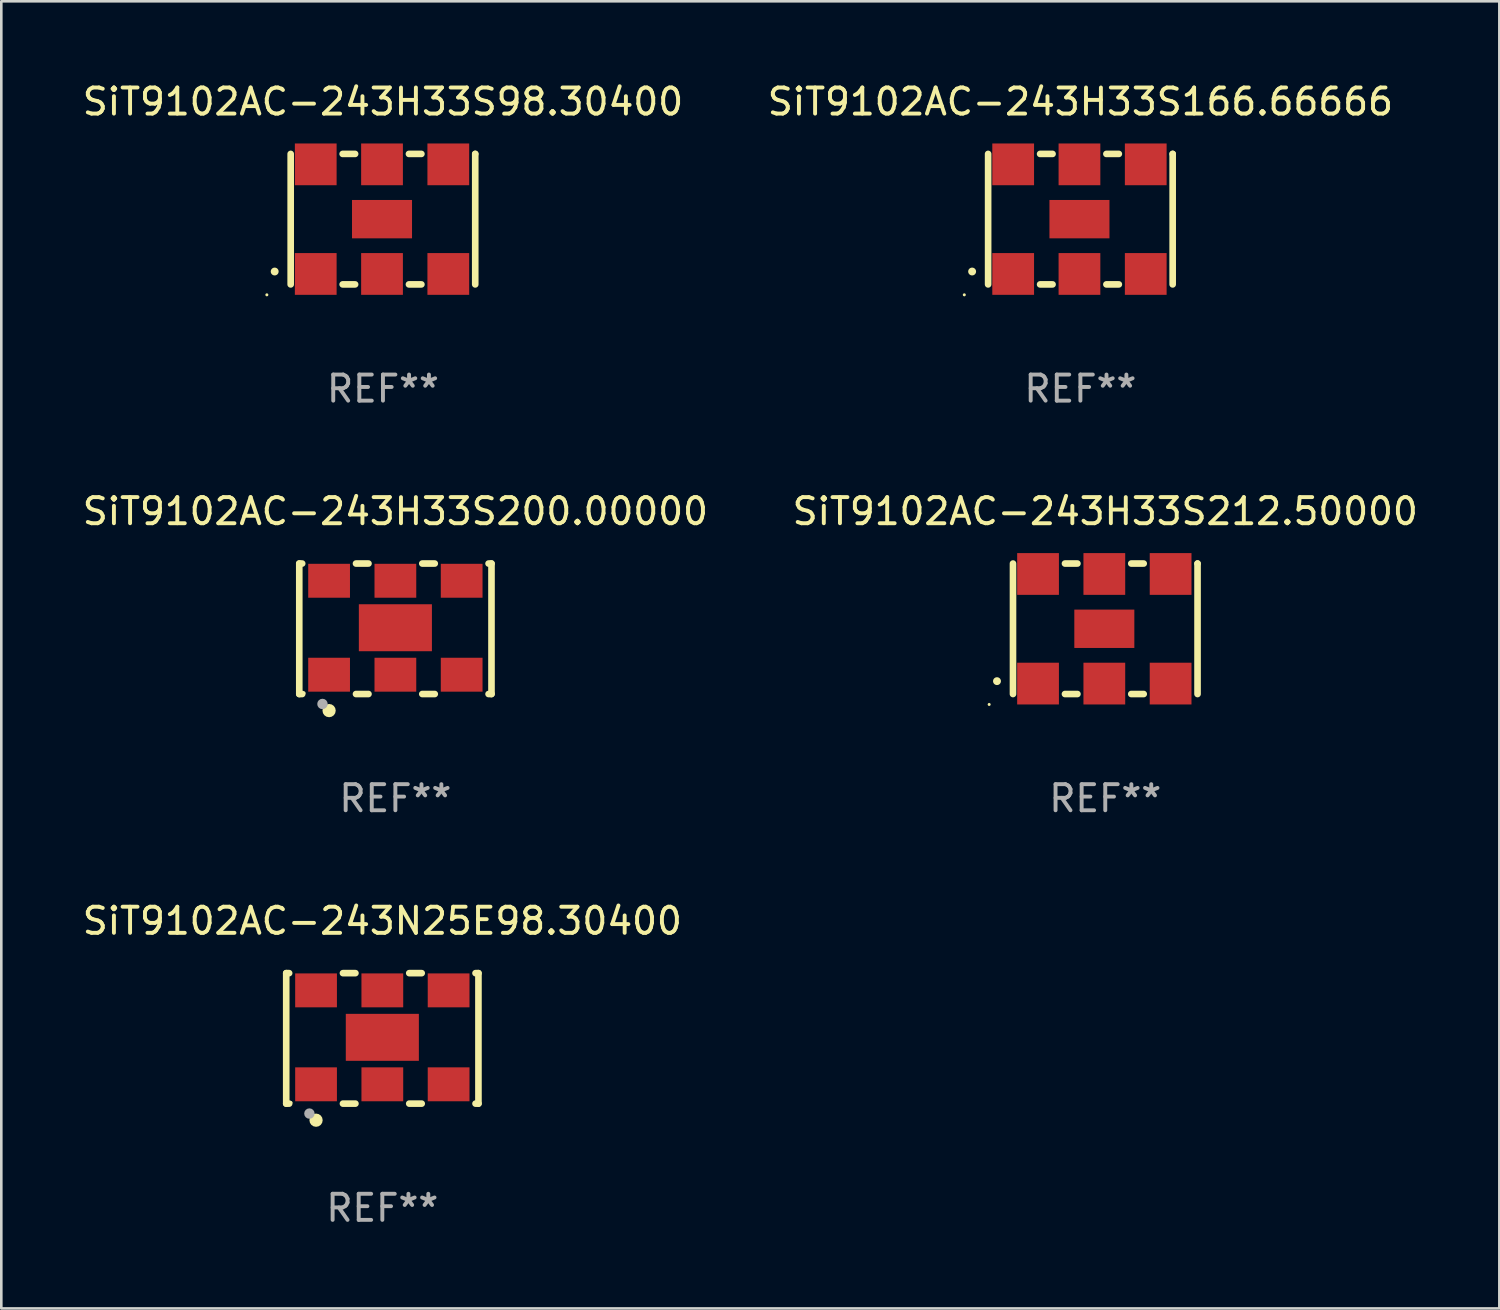
<source format=kicad_pcb>
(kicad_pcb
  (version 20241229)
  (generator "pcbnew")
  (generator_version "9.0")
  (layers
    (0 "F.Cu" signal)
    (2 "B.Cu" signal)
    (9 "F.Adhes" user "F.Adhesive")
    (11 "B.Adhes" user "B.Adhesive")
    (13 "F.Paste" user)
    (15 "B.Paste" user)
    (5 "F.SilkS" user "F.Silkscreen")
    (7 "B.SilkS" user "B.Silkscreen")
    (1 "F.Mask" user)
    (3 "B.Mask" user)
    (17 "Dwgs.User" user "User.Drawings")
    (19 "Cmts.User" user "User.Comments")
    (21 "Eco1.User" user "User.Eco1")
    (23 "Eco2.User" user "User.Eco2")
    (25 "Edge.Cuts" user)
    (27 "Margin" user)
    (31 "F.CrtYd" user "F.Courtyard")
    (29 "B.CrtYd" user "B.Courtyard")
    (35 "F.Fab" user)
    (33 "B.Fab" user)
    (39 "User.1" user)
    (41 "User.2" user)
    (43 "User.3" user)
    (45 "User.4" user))
  (footprint "SiT9102AC-243H33S200.00000"
    (layer "F.Cu")
    (at 12.101 21.045)
    (property "Reference" "SiT9102AC-243H33S200.00000" (at 0 -4.5 0) (layer "F.SilkS") (effects (font (size 1 1) (thickness 0.15))))
    (attr through_hole)
    (fp_line (start -3.683 -2.5) (end -3.571 -2.5) (stroke (width 0.254) (type solid)) (layer "F.SilkS"))
    (fp_line (start -3.683 2.5) (end -3.683 -2.5) (stroke (width 0.254) (type solid)) (layer "F.SilkS"))
    (fp_line (start -3.683 2.5) (end -3.571 2.5) (stroke (width 0.254) (type solid)) (layer "F.SilkS"))
    (fp_line (start -1.509 -2.5) (end -1.031 -2.5) (stroke (width 0.254) (type solid)) (layer "F.SilkS"))
    (fp_line (start -1.509 2.5) (end -1.031 2.5) (stroke (width 0.254) (type solid)) (layer "F.SilkS"))
    (fp_line (start 1.031 -2.5) (end 1.509 -2.5) (stroke (width 0.254) (type solid)) (layer "F.SilkS"))
    (fp_line (start 1.031 2.5) (end 1.509 2.5) (stroke (width 0.254) (type solid)) (layer "F.SilkS"))
    (fp_line (start 3.571 -2.5) (end 3.683 -2.5) (stroke (width 0.254) (type solid)) (layer "F.SilkS"))
    (fp_line (start 3.571 2.5) (end 3.683 2.5) (stroke (width 0.254) (type solid)) (layer "F.SilkS"))
    (fp_line (start 3.683 2.5) (end 3.683 -2.5) (stroke (width 0.254) (type solid)) (layer "F.SilkS"))
    (fp_circle (center -3.5 2.46) (end -3.47 2.46) (stroke (width 0.06) (type solid)) (fill no) (layer "F.SilkS"))
    (fp_circle (center -2.54 3.135) (end -2.413 3.135) (stroke (width 0.254) (type solid)) (fill no) (layer "F.SilkS"))
    (fp_circle (center -2.794 2.881) (end -2.694 2.881) (stroke (width 0.2) (type solid)) (fill no) (layer "F.Fab"))
    (fp_text user "REF**" (at 0 6.5 0) (layer "F.Fab") (effects (font (size 1 1) (thickness 0.15))))
    (pad "1" smd rect (at -2.54 1.76) (size 1.6 1.3) (layers "F.Cu" "F.Mask" "F.Paste"))
    (pad "2" smd rect (at 0 1.76) (size 1.6 1.3) (layers "F.Cu" "F.Mask" "F.Paste"))
    (pad "3" smd rect (at 2.54 1.76) (size 1.6 1.3) (layers "F.Cu" "F.Mask" "F.Paste"))
    (pad "4" smd rect (at 2.54 -1.84) (size 1.6 1.3) (layers "F.Cu" "F.Mask" "F.Paste"))
    (pad "5" smd rect (at 0 -1.84) (size 1.6 1.3) (layers "F.Cu" "F.Mask" "F.Paste"))
    (pad "6" smd rect (at -2.54 -1.84) (size 1.6 1.3) (layers "F.Cu" "F.Mask" "F.Paste"))
    (pad "7" smd rect (at 0 -0.04) (size 2.8 1.8) (layers "F.Cu" "F.Mask" "F.Paste")))
  (footprint "SiT9102AC-243N25E98.30400"
    (layer "F.Cu")
    (at 11.601 36.741)
    (property "Reference" "SiT9102AC-243N25E98.30400" (at 0 -4.5 0) (layer "F.SilkS") (effects (font (size 1 1) (thickness 0.15))))
    (attr through_hole)
    (fp_line (start -3.683 -2.5) (end -3.571 -2.5) (stroke (width 0.254) (type solid)) (layer "F.SilkS"))
    (fp_line (start -3.683 2.5) (end -3.683 -2.5) (stroke (width 0.254) (type solid)) (layer "F.SilkS"))
    (fp_line (start -3.683 2.5) (end -3.571 2.5) (stroke (width 0.254) (type solid)) (layer "F.SilkS"))
    (fp_line (start -1.509 -2.5) (end -1.031 -2.5) (stroke (width 0.254) (type solid)) (layer "F.SilkS"))
    (fp_line (start -1.509 2.5) (end -1.031 2.5) (stroke (width 0.254) (type solid)) (layer "F.SilkS"))
    (fp_line (start 1.031 -2.5) (end 1.509 -2.5) (stroke (width 0.254) (type solid)) (layer "F.SilkS"))
    (fp_line (start 1.031 2.5) (end 1.509 2.5) (stroke (width 0.254) (type solid)) (layer "F.SilkS"))
    (fp_line (start 3.571 -2.5) (end 3.683 -2.5) (stroke (width 0.254) (type solid)) (layer "F.SilkS"))
    (fp_line (start 3.571 2.5) (end 3.683 2.5) (stroke (width 0.254) (type solid)) (layer "F.SilkS"))
    (fp_line (start 3.683 2.5) (end 3.683 -2.5) (stroke (width 0.254) (type solid)) (layer "F.SilkS"))
    (fp_circle (center -3.5 2.46) (end -3.47 2.46) (stroke (width 0.06) (type solid)) (fill no) (layer "F.SilkS"))
    (fp_circle (center -2.54 3.135) (end -2.413 3.135) (stroke (width 0.254) (type solid)) (fill no) (layer "F.SilkS"))
    (fp_circle (center -2.794 2.881) (end -2.694 2.881) (stroke (width 0.2) (type solid)) (fill no) (layer "F.Fab"))
    (fp_text user "REF**" (at 0 6.5 0) (layer "F.Fab") (effects (font (size 1 1) (thickness 0.15))))
    (pad "1" smd rect (at -2.54 1.76) (size 1.6 1.3) (layers "F.Cu" "F.Mask" "F.Paste"))
    (pad "2" smd rect (at 0 1.76) (size 1.6 1.3) (layers "F.Cu" "F.Mask" "F.Paste"))
    (pad "3" smd rect (at 2.54 1.76) (size 1.6 1.3) (layers "F.Cu" "F.Mask" "F.Paste"))
    (pad "4" smd rect (at 2.54 -1.84) (size 1.6 1.3) (layers "F.Cu" "F.Mask" "F.Paste"))
    (pad "5" smd rect (at 0 -1.84) (size 1.6 1.3) (layers "F.Cu" "F.Mask" "F.Paste"))
    (pad "6" smd rect (at -2.54 -1.84) (size 1.6 1.3) (layers "F.Cu" "F.Mask" "F.Paste"))
    (pad "7" smd rect (at 0 -0.04) (size 2.8 1.8) (layers "F.Cu" "F.Mask" "F.Paste")))
  (footprint "SiT9102AC-243H33S166.66666"
    (layer "F.Cu")
    (at 38.351 5.348)
    (property "Reference" "SiT9102AC-243H33S166.66666" (at 0 -4.5 0) (layer "F.SilkS") (effects (font (size 1 1) (thickness 0.15))))
    (attr through_hole)
    (fp_line (start -3.536 -2.5) (end -3.536 2.5) (stroke (width 0.254) (type solid)) (layer "F.SilkS"))
    (fp_line (start -1.544 2.5) (end -1.067 2.5) (stroke (width 0.254) (type solid)) (layer "F.SilkS"))
    (fp_line (start -1.067 -2.5) (end -1.544 -2.5) (stroke (width 0.254) (type solid)) (layer "F.SilkS"))
    (fp_line (start 0.996 2.5) (end 1.473 2.5) (stroke (width 0.254) (type solid)) (layer "F.SilkS"))
    (fp_line (start 1.473 -2.5) (end 0.996 -2.5) (stroke (width 0.254) (type solid)) (layer "F.SilkS"))
    (fp_line (start 3.536 -2.5) (end 3.536 -2.5) (stroke (width 0.254) (type solid)) (layer "F.SilkS"))
    (fp_line (start 3.536 2.5) (end 3.536 -2.5) (stroke (width 0.254) (type solid)) (layer "F.SilkS"))
    (fp_arc (start -4.150432 2.006604) (mid -4.149162 2.006599) (end -4.147892 2.006604) (stroke (width 0.3) (type solid)) (layer "F.SilkS"))
    (fp_circle (center -4.449 2.9) (end -4.419 2.9) (stroke (width 0.06) (type solid)) (fill no) (layer "F.SilkS"))
    (fp_text user "REF**" (at 0 6.5 0) (layer "F.Fab") (effects (font (size 1 1) (thickness 0.15))))
    (pad "1" smd rect (at -2.576 2.1) (size 1.6 1.6) (layers "F.Cu" "F.Mask" "F.Paste"))
    (pad "2" smd rect (at -0.036 2.1) (size 1.6 1.6) (layers "F.Cu" "F.Mask" "F.Paste"))
    (pad "3" smd rect (at 2.504 2.1) (size 1.6 1.6) (layers "F.Cu" "F.Mask" "F.Paste"))
    (pad "4" smd rect (at 2.504 -2.1) (size 1.6 1.6) (layers "F.Cu" "F.Mask" "F.Paste"))
    (pad "5" smd rect (at -0.036 -2.1) (size 1.6 1.6) (layers "F.Cu" "F.Mask" "F.Paste"))
    (pad "6" smd rect (at -2.576 -2.1) (size 1.6 1.6) (layers "F.Cu" "F.Mask" "F.Paste"))
    (pad "7" smd rect (at -0.036 0) (size 2.3 1.47) (layers "F.Cu" "F.Mask" "F.Paste")))
  (footprint "SiT9102AC-243H33S98.30400"
    (layer "F.Cu")
    (at 11.625 5.348)
    (property "Reference" "SiT9102AC-243H33S98.30400" (at 0 -4.5 0) (layer "F.SilkS") (effects (font (size 1 1) (thickness 0.15))))
    (attr through_hole)
    (fp_line (start -3.536 -2.5) (end -3.536 2.5) (stroke (width 0.254) (type solid)) (layer "F.SilkS"))
    (fp_line (start -1.544 2.5) (end -1.067 2.5) (stroke (width 0.254) (type solid)) (layer "F.SilkS"))
    (fp_line (start -1.067 -2.5) (end -1.544 -2.5) (stroke (width 0.254) (type solid)) (layer "F.SilkS"))
    (fp_line (start 0.996 2.5) (end 1.473 2.5) (stroke (width 0.254) (type solid)) (layer "F.SilkS"))
    (fp_line (start 1.473 -2.5) (end 0.996 -2.5) (stroke (width 0.254) (type solid)) (layer "F.SilkS"))
    (fp_line (start 3.536 -2.5) (end 3.536 -2.5) (stroke (width 0.254) (type solid)) (layer "F.SilkS"))
    (fp_line (start 3.536 2.5) (end 3.536 -2.5) (stroke (width 0.254) (type solid)) (layer "F.SilkS"))
    (fp_arc (start -4.150432 2.006604) (mid -4.149162 2.006599) (end -4.147892 2.006604) (stroke (width 0.3) (type solid)) (layer "F.SilkS"))
    (fp_circle (center -4.449 2.9) (end -4.419 2.9) (stroke (width 0.06) (type solid)) (fill no) (layer "F.SilkS"))
    (fp_text user "REF**" (at 0 6.5 0) (layer "F.Fab") (effects (font (size 1 1) (thickness 0.15))))
    (pad "1" smd rect (at -2.576 2.1) (size 1.6 1.6) (layers "F.Cu" "F.Mask" "F.Paste"))
    (pad "2" smd rect (at -0.036 2.1) (size 1.6 1.6) (layers "F.Cu" "F.Mask" "F.Paste"))
    (pad "3" smd rect (at 2.504 2.1) (size 1.6 1.6) (layers "F.Cu" "F.Mask" "F.Paste"))
    (pad "4" smd rect (at 2.504 -2.1) (size 1.6 1.6) (layers "F.Cu" "F.Mask" "F.Paste"))
    (pad "5" smd rect (at -0.036 -2.1) (size 1.6 1.6) (layers "F.Cu" "F.Mask" "F.Paste"))
    (pad "6" smd rect (at -2.576 -2.1) (size 1.6 1.6) (layers "F.Cu" "F.Mask" "F.Paste"))
    (pad "7" smd rect (at -0.036 0) (size 2.3 1.47) (layers "F.Cu" "F.Mask" "F.Paste")))
  (footprint "SiT9102AC-243H33S212.50000"
    (layer "F.Cu")
    (at 39.304 21.045)
    (property "Reference" "SiT9102AC-243H33S212.50000" (at 0 -4.5 0) (layer "F.SilkS") (effects (font (size 1 1) (thickness 0.15))))
    (attr through_hole)
    (fp_line (start -3.536 -2.5) (end -3.536 2.5) (stroke (width 0.254) (type solid)) (layer "F.SilkS"))
    (fp_line (start -1.544 2.5) (end -1.067 2.5) (stroke (width 0.254) (type solid)) (layer "F.SilkS"))
    (fp_line (start -1.067 -2.5) (end -1.544 -2.5) (stroke (width 0.254) (type solid)) (layer "F.SilkS"))
    (fp_line (start 0.996 2.5) (end 1.473 2.5) (stroke (width 0.254) (type solid)) (layer "F.SilkS"))
    (fp_line (start 1.473 -2.5) (end 0.996 -2.5) (stroke (width 0.254) (type solid)) (layer "F.SilkS"))
    (fp_line (start 3.536 -2.5) (end 3.536 -2.5) (stroke (width 0.254) (type solid)) (layer "F.SilkS"))
    (fp_line (start 3.536 2.5) (end 3.536 -2.5) (stroke (width 0.254) (type solid)) (layer "F.SilkS"))
    (fp_arc (start -4.150432 2.006604) (mid -4.149162 2.006599) (end -4.147892 2.006604) (stroke (width 0.3) (type solid)) (layer "F.SilkS"))
    (fp_circle (center -4.449 2.9) (end -4.419 2.9) (stroke (width 0.06) (type solid)) (fill no) (layer "F.SilkS"))
    (fp_text user "REF**" (at 0 6.5 0) (layer "F.Fab") (effects (font (size 1 1) (thickness 0.15))))
    (pad "1" smd rect (at -2.576 2.1) (size 1.6 1.6) (layers "F.Cu" "F.Mask" "F.Paste"))
    (pad "2" smd rect (at -0.036 2.1) (size 1.6 1.6) (layers "F.Cu" "F.Mask" "F.Paste"))
    (pad "3" smd rect (at 2.504 2.1) (size 1.6 1.6) (layers "F.Cu" "F.Mask" "F.Paste"))
    (pad "4" smd rect (at 2.504 -2.1) (size 1.6 1.6) (layers "F.Cu" "F.Mask" "F.Paste"))
    (pad "5" smd rect (at -0.036 -2.1) (size 1.6 1.6) (layers "F.Cu" "F.Mask" "F.Paste"))
    (pad "6" smd rect (at -2.576 -2.1) (size 1.6 1.6) (layers "F.Cu" "F.Mask" "F.Paste"))
    (pad "7" smd rect (at -0.036 0) (size 2.3 1.47) (layers "F.Cu" "F.Mask" "F.Paste")))
  (gr_rect
    (start -3 -3)
    (end 54.405 47.09)
    (stroke (width 0.1) (type default))
    (fill no)
    (layer "Edge.Cuts")))
</source>
